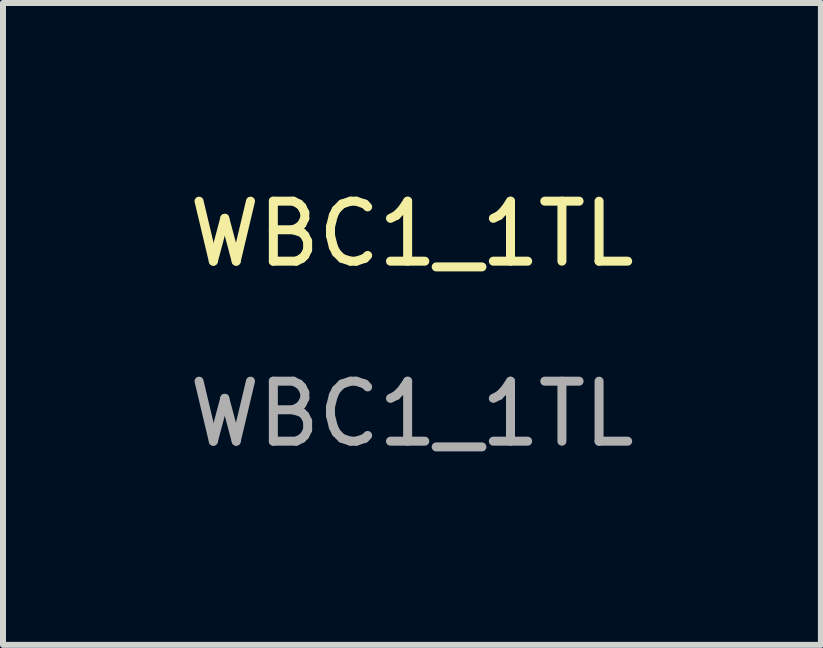
<source format=kicad_pcb>
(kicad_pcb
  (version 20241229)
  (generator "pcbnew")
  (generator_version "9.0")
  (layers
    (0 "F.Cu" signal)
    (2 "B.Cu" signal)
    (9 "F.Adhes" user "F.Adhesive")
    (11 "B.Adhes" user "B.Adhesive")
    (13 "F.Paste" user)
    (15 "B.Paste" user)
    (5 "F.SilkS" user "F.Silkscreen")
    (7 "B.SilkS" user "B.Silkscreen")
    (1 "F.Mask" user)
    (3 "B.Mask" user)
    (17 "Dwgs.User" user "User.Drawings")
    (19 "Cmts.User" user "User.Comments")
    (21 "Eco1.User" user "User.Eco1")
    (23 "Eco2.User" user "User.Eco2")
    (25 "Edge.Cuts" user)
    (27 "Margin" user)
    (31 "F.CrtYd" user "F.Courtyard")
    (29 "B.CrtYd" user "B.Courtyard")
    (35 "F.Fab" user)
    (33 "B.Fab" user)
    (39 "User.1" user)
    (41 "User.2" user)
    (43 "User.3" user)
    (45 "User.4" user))
  (footprint "WBC1_1TL"
    (layer "F.Cu")
    (at 3.815 1.348)
    (property "Reference" "WBC1_1TL" (at 0 -0.5 0) (unlocked yes) (layer "F.SilkS") (effects (font (size 1 1) (thickness 0.15))))
    (attr smd)
    (fp_text user "${REFERENCE}" (at 0 2.5 0) (unlocked yes) (layer "F.Fab") (effects (font (size 1 1) (thickness 0.15)))))
  (gr_rect
    (start -3 -3)
    (end 10.631 7.697)
    (stroke (width 0.1) (type default))
    (fill no)
    (layer "Edge.Cuts")))
</source>
